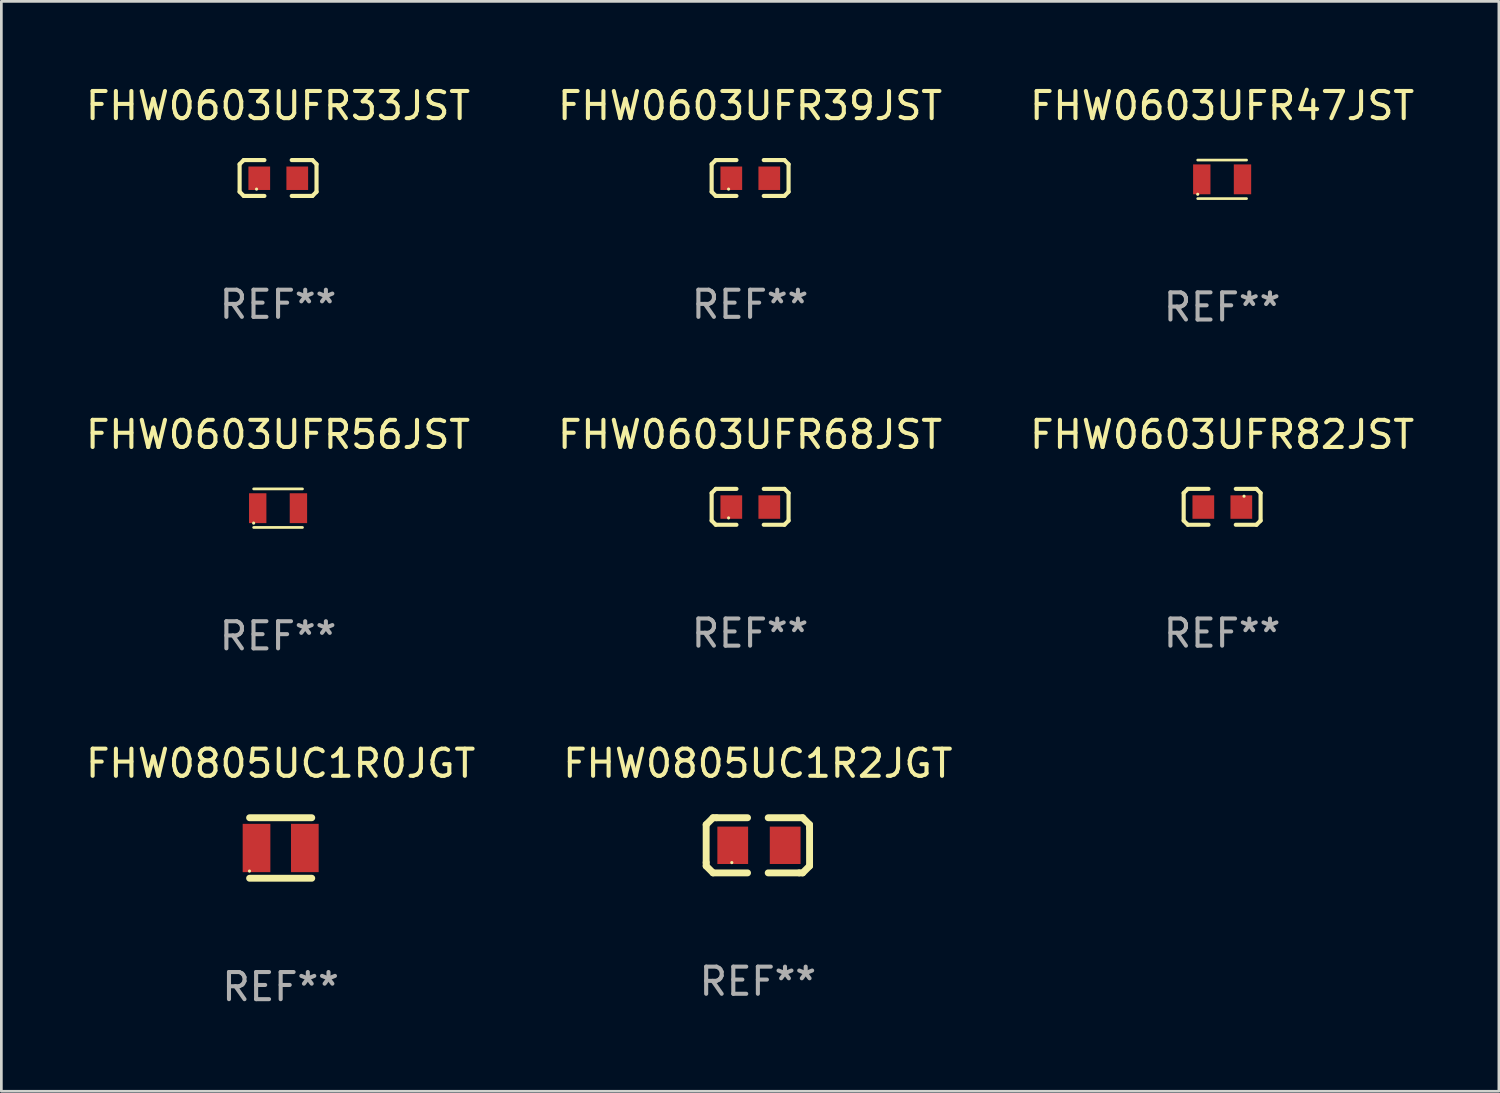
<source format=kicad_pcb>
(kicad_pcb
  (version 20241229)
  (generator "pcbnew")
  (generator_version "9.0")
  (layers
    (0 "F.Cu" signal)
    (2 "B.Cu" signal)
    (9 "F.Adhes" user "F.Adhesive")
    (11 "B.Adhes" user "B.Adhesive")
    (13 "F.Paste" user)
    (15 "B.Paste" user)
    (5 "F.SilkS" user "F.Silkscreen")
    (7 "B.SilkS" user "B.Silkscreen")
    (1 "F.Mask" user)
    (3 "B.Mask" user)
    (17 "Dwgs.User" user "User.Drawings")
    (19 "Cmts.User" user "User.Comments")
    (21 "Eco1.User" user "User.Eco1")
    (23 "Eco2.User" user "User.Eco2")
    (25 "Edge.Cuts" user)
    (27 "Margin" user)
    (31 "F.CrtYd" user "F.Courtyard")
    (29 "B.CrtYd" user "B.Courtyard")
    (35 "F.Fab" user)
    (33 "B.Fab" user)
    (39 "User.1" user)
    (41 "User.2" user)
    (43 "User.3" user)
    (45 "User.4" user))
  (footprint "FHW0603UFR33JST"
    (layer "F.Cu")
    (at 7.196 3.509)
    (property "Reference" "FHW0603UFR33JST" (at 0 -2.661 0) (layer "F.SilkS") (effects (font (size 1 1) (thickness 0.15))))
    (attr through_hole)
    (fp_line (start -1.417 -0.508) (end -1.265 -0.661) (stroke (width 0.152) (type solid)) (layer "F.SilkS"))
    (fp_line (start -1.417 0.508) (end -1.417 -0.508) (stroke (width 0.152) (type solid)) (layer "F.SilkS"))
    (fp_line (start -1.265 -0.661) (end -0.503 -0.661) (stroke (width 0.152) (type solid)) (layer "F.SilkS"))
    (fp_line (start -1.265 0.661) (end -1.417 0.508) (stroke (width 0.152) (type solid)) (layer "F.SilkS"))
    (fp_line (start -1.265 0.661) (end -0.503 0.661) (stroke (width 0.152) (type solid)) (layer "F.SilkS"))
    (fp_line (start 1.265 -0.661) (end 0.503 -0.661) (stroke (width 0.152) (type solid)) (layer "F.SilkS"))
    (fp_line (start 1.265 -0.661) (end 1.417 -0.508) (stroke (width 0.152) (type solid)) (layer "F.SilkS"))
    (fp_line (start 1.265 0.661) (end 0.503 0.661) (stroke (width 0.152) (type solid)) (layer "F.SilkS"))
    (fp_line (start 1.417 -0.508) (end 1.417 0.508) (stroke (width 0.152) (type solid)) (layer "F.SilkS"))
    (fp_line (start 1.417 0.508) (end 1.265 0.661) (stroke (width 0.152) (type solid)) (layer "F.SilkS"))
    (fp_circle (center -0.793 0.409) (end -0.763 0.409) (stroke (width 0.06) (type solid)) (fill no) (layer "F.SilkS"))
    (fp_text user "REF**" (at 0 4.661 0) (layer "F.Fab") (effects (font (size 1 1) (thickness 0.15))))
    (pad "1" smd rect (at -0.693 0.009 180) (size 0.8 0.864) (layers "F.Cu" "F.Mask" "F.Paste"))
    (pad "2" smd rect (at 0.707 0.009 180) (size 0.8 0.864) (layers "F.Cu" "F.Mask" "F.Paste")))
  (footprint "FHW0805UC1R2JGT"
    (layer "F.Cu")
    (at 24.875 28.097)
    (property "Reference" "FHW0805UC1R2JGT" (at 0 -3.016 0) (layer "F.SilkS") (effects (font (size 1 1) (thickness 0.15))))
    (attr through_hole)
    (fp_line (start -1.905 -0.762) (end -1.905 0.635) (stroke (width 0.254) (type solid)) (layer "F.SilkS"))
    (fp_line (start -1.905 0.635) (end -1.905 0.762) (stroke (width 0.254) (type solid)) (layer "F.SilkS"))
    (fp_line (start -1.905 0.762) (end -1.651 1.016) (stroke (width 0.254) (type solid)) (layer "F.SilkS"))
    (fp_line (start -1.651 -1.016) (end -1.905 -0.762) (stroke (width 0.254) (type solid)) (layer "F.SilkS"))
    (fp_line (start -1.651 1.016) (end -0.381 1.016) (stroke (width 0.254) (type solid)) (layer "F.SilkS"))
    (fp_line (start -1.524 -1.016) (end -1.651 -1.016) (stroke (width 0.254) (type solid)) (layer "F.SilkS"))
    (fp_line (start -0.381 -1.016) (end -1.524 -1.016) (stroke (width 0.254) (type solid)) (layer "F.SilkS"))
    (fp_line (start 0.381 1.016) (end 1.524 1.016) (stroke (width 0.254) (type solid)) (layer "F.SilkS"))
    (fp_line (start 1.524 1.016) (end 1.651 1.016) (stroke (width 0.254) (type solid)) (layer "F.SilkS"))
    (fp_line (start 1.651 -1.016) (end 0.381 -1.016) (stroke (width 0.254) (type solid)) (layer "F.SilkS"))
    (fp_line (start 1.651 1.016) (end 1.905 0.762) (stroke (width 0.254) (type solid)) (layer "F.SilkS"))
    (fp_line (start 1.905 -0.762) (end 1.651 -1.016) (stroke (width 0.254) (type solid)) (layer "F.SilkS"))
    (fp_line (start 1.905 -0.635) (end 1.905 -0.762) (stroke (width 0.254) (type solid)) (layer "F.SilkS"))
    (fp_line (start 1.905 0.762) (end 1.905 -0.635) (stroke (width 0.254) (type solid)) (layer "F.SilkS"))
    (fp_circle (center -0.96 0.637) (end -0.93 0.637) (stroke (width 0.06) (type solid)) (fill no) (layer "F.SilkS"))
    (fp_text user "REF**" (at 0 5.016 0) (layer "F.Fab") (effects (font (size 1 1) (thickness 0.15))))
    (pad "1" smd rect (at -0.926 -0.000051) (size 1.133 1.377) (layers "F.Cu" "F.Mask" "F.Paste"))
    (pad "2" smd rect (at 1.006 -0.000051) (size 1.133 1.377) (layers "F.Cu" "F.Mask" "F.Paste")))
  (footprint "FHW0603UFR56JST"
    (layer "F.Cu")
    (at 7.196 15.675)
    (property "Reference" "FHW0603UFR56JST" (at 0 -2.71 0) (layer "F.SilkS") (effects (font (size 1 1) (thickness 0.15))))
    (attr through_hole)
    (fp_line (start -0.9 -0.71) (end 0.9 -0.71) (stroke (width 0.1) (type solid)) (layer "F.SilkS"))
    (fp_line (start 0.9 0.71) (end -0.9 0.71) (stroke (width 0.1) (type solid)) (layer "F.SilkS"))
    (fp_circle (center -0.9 0.55) (end -0.87 0.55) (stroke (width 0.06) (type solid)) (fill no) (layer "F.SilkS"))
    (fp_text user "REF**" (at 0 4.71 0) (layer "F.Fab") (effects (font (size 1 1) (thickness 0.15))))
    (pad "1" smd rect (at -0.75 0) (size 0.64 1.1) (layers "F.Cu" "F.Mask" "F.Paste"))
    (pad "2" smd rect (at 0.75 0) (size 0.64 1.1) (layers "F.Cu" "F.Mask" "F.Paste")))
  (footprint "FHW0805UC1R0JGT"
    (layer "F.Cu")
    (at 7.292 28.196)
    (property "Reference" "FHW0805UC1R0JGT" (at 0 -3.115 0) (layer "F.SilkS") (effects (font (size 1 1) (thickness 0.15))))
    (attr through_hole)
    (fp_line (start -1.145 -1.115) (end 1.145 -1.115) (stroke (width 0.254) (type solid)) (layer "F.SilkS"))
    (fp_line (start -1.145 1.115) (end 1.145 1.115) (stroke (width 0.254) (type solid)) (layer "F.SilkS"))
    (fp_circle (center -1.15 0.85) (end -1.12 0.85) (stroke (width 0.06) (type solid)) (fill no) (layer "F.SilkS"))
    (fp_text user "REF**" (at 0 5.115 0) (layer "F.Fab") (effects (font (size 1 1) (thickness 0.15))))
    (pad "1" smd rect (at -0.89 0 90) (size 1.78 1.02) (layers "F.Cu" "F.Mask" "F.Paste"))
    (pad "2" smd rect (at 0.89 0 90) (size 1.78 1.02) (layers "F.Cu" "F.Mask" "F.Paste")))
  (footprint "FHW0603UFR82JST"
    (layer "F.Cu")
    (at 41.982 15.625)
    (property "Reference" "FHW0603UFR82JST" (at 0 -2.661 0) (layer "F.SilkS") (effects (font (size 1 1) (thickness 0.15))))
    (attr through_hole)
    (fp_line (start -1.417 -0.508) (end -1.265 -0.661) (stroke (width 0.152) (type solid)) (layer "F.SilkS"))
    (fp_line (start -1.417 0.508) (end -1.417 -0.508) (stroke (width 0.152) (type solid)) (layer "F.SilkS"))
    (fp_line (start -1.265 -0.661) (end -0.503 -0.661) (stroke (width 0.152) (type solid)) (layer "F.SilkS"))
    (fp_line (start -1.265 0.661) (end -1.417 0.508) (stroke (width 0.152) (type solid)) (layer "F.SilkS"))
    (fp_line (start -1.265 0.661) (end -0.503 0.661) (stroke (width 0.152) (type solid)) (layer "F.SilkS"))
    (fp_line (start 1.265 -0.661) (end 0.503 -0.661) (stroke (width 0.152) (type solid)) (layer "F.SilkS"))
    (fp_line (start 1.265 -0.661) (end 1.417 -0.508) (stroke (width 0.152) (type solid)) (layer "F.SilkS"))
    (fp_line (start 1.265 0.661) (end 0.503 0.661) (stroke (width 0.152) (type solid)) (layer "F.SilkS"))
    (fp_line (start 1.417 -0.508) (end 1.417 0.508) (stroke (width 0.152) (type solid)) (layer "F.SilkS"))
    (fp_line (start 1.417 0.508) (end 1.265 0.661) (stroke (width 0.152) (type solid)) (layer "F.SilkS"))
    (fp_circle (center 0.807 -0.391) (end 0.837 -0.391) (stroke (width 0.06) (type solid)) (fill no) (layer "F.SilkS"))
    (fp_text user "REF**" (at 0 4.661 0) (layer "F.Fab") (effects (font (size 1 1) (thickness 0.15))))
    (pad "1" smd rect (at 0.707 0.009 180) (size 0.8 0.864) (layers "F.Cu" "F.Mask" "F.Paste"))
    (pad "2" smd rect (at -0.693 0.009 180) (size 0.8 0.864) (layers "F.Cu" "F.Mask" "F.Paste")))
  (footprint "FHW0603UFR47JST"
    (layer "F.Cu")
    (at 41.982 3.558)
    (property "Reference" "FHW0603UFR47JST" (at 0 -2.71 0) (layer "F.SilkS") (effects (font (size 1 1) (thickness 0.15))))
    (attr through_hole)
    (fp_line (start -0.9 -0.71) (end 0.9 -0.71) (stroke (width 0.1) (type solid)) (layer "F.SilkS"))
    (fp_line (start 0.9 0.71) (end -0.9 0.71) (stroke (width 0.1) (type solid)) (layer "F.SilkS"))
    (fp_circle (center -0.9 0.55) (end -0.87 0.55) (stroke (width 0.06) (type solid)) (fill no) (layer "F.SilkS"))
    (fp_text user "REF**" (at 0 4.71 0) (layer "F.Fab") (effects (font (size 1 1) (thickness 0.15))))
    (pad "1" smd rect (at -0.75 0) (size 0.64 1.1) (layers "F.Cu" "F.Mask" "F.Paste"))
    (pad "2" smd rect (at 0.75 0) (size 0.64 1.1) (layers "F.Cu" "F.Mask" "F.Paste")))
  (footprint "FHW0603UFR68JST"
    (layer "F.Cu")
    (at 24.589 15.625)
    (property "Reference" "FHW0603UFR68JST" (at 0 -2.661 0) (layer "F.SilkS") (effects (font (size 1 1) (thickness 0.15))))
    (attr through_hole)
    (fp_line (start -1.417 -0.508) (end -1.265 -0.661) (stroke (width 0.152) (type solid)) (layer "F.SilkS"))
    (fp_line (start -1.417 0.508) (end -1.417 -0.508) (stroke (width 0.152) (type solid)) (layer "F.SilkS"))
    (fp_line (start -1.265 -0.661) (end -0.503 -0.661) (stroke (width 0.152) (type solid)) (layer "F.SilkS"))
    (fp_line (start -1.265 0.661) (end -1.417 0.508) (stroke (width 0.152) (type solid)) (layer "F.SilkS"))
    (fp_line (start -1.265 0.661) (end -0.503 0.661) (stroke (width 0.152) (type solid)) (layer "F.SilkS"))
    (fp_line (start 1.265 -0.661) (end 0.503 -0.661) (stroke (width 0.152) (type solid)) (layer "F.SilkS"))
    (fp_line (start 1.265 -0.661) (end 1.417 -0.508) (stroke (width 0.152) (type solid)) (layer "F.SilkS"))
    (fp_line (start 1.265 0.661) (end 0.503 0.661) (stroke (width 0.152) (type solid)) (layer "F.SilkS"))
    (fp_line (start 1.417 -0.508) (end 1.417 0.508) (stroke (width 0.152) (type solid)) (layer "F.SilkS"))
    (fp_line (start 1.417 0.508) (end 1.265 0.661) (stroke (width 0.152) (type solid)) (layer "F.SilkS"))
    (fp_circle (center -0.793 0.409) (end -0.763 0.409) (stroke (width 0.06) (type solid)) (fill no) (layer "F.SilkS"))
    (fp_text user "REF**" (at 0 4.661 0) (layer "F.Fab") (effects (font (size 1 1) (thickness 0.15))))
    (pad "1" smd rect (at -0.693 0.009 180) (size 0.8 0.864) (layers "F.Cu" "F.Mask" "F.Paste"))
    (pad "2" smd rect (at 0.707 0.009 180) (size 0.8 0.864) (layers "F.Cu" "F.Mask" "F.Paste")))
  (footprint "FHW0603UFR39JST"
    (layer "F.Cu")
    (at 24.589 3.509)
    (property "Reference" "FHW0603UFR39JST" (at 0 -2.661 0) (layer "F.SilkS") (effects (font (size 1 1) (thickness 0.15))))
    (attr through_hole)
    (fp_line (start -1.417 -0.508) (end -1.265 -0.661) (stroke (width 0.152) (type solid)) (layer "F.SilkS"))
    (fp_line (start -1.417 0.508) (end -1.417 -0.508) (stroke (width 0.152) (type solid)) (layer "F.SilkS"))
    (fp_line (start -1.265 -0.661) (end -0.503 -0.661) (stroke (width 0.152) (type solid)) (layer "F.SilkS"))
    (fp_line (start -1.265 0.661) (end -1.417 0.508) (stroke (width 0.152) (type solid)) (layer "F.SilkS"))
    (fp_line (start -1.265 0.661) (end -0.503 0.661) (stroke (width 0.152) (type solid)) (layer "F.SilkS"))
    (fp_line (start 1.265 -0.661) (end 0.503 -0.661) (stroke (width 0.152) (type solid)) (layer "F.SilkS"))
    (fp_line (start 1.265 -0.661) (end 1.417 -0.508) (stroke (width 0.152) (type solid)) (layer "F.SilkS"))
    (fp_line (start 1.265 0.661) (end 0.503 0.661) (stroke (width 0.152) (type solid)) (layer "F.SilkS"))
    (fp_line (start 1.417 -0.508) (end 1.417 0.508) (stroke (width 0.152) (type solid)) (layer "F.SilkS"))
    (fp_line (start 1.417 0.508) (end 1.265 0.661) (stroke (width 0.152) (type solid)) (layer "F.SilkS"))
    (fp_circle (center -0.793 0.409) (end -0.763 0.409) (stroke (width 0.06) (type solid)) (fill no) (layer "F.SilkS"))
    (fp_text user "REF**" (at 0 4.661 0) (layer "F.Fab") (effects (font (size 1 1) (thickness 0.15))))
    (pad "1" smd rect (at -0.693 0.009 180) (size 0.8 0.864) (layers "F.Cu" "F.Mask" "F.Paste"))
    (pad "2" smd rect (at 0.707 0.009 180) (size 0.8 0.864) (layers "F.Cu" "F.Mask" "F.Paste")))
  (gr_rect
    (start -3 -3)
    (end 52.179 37.16)
    (stroke (width 0.1) (type default))
    (fill no)
    (layer "Edge.Cuts")))
</source>
